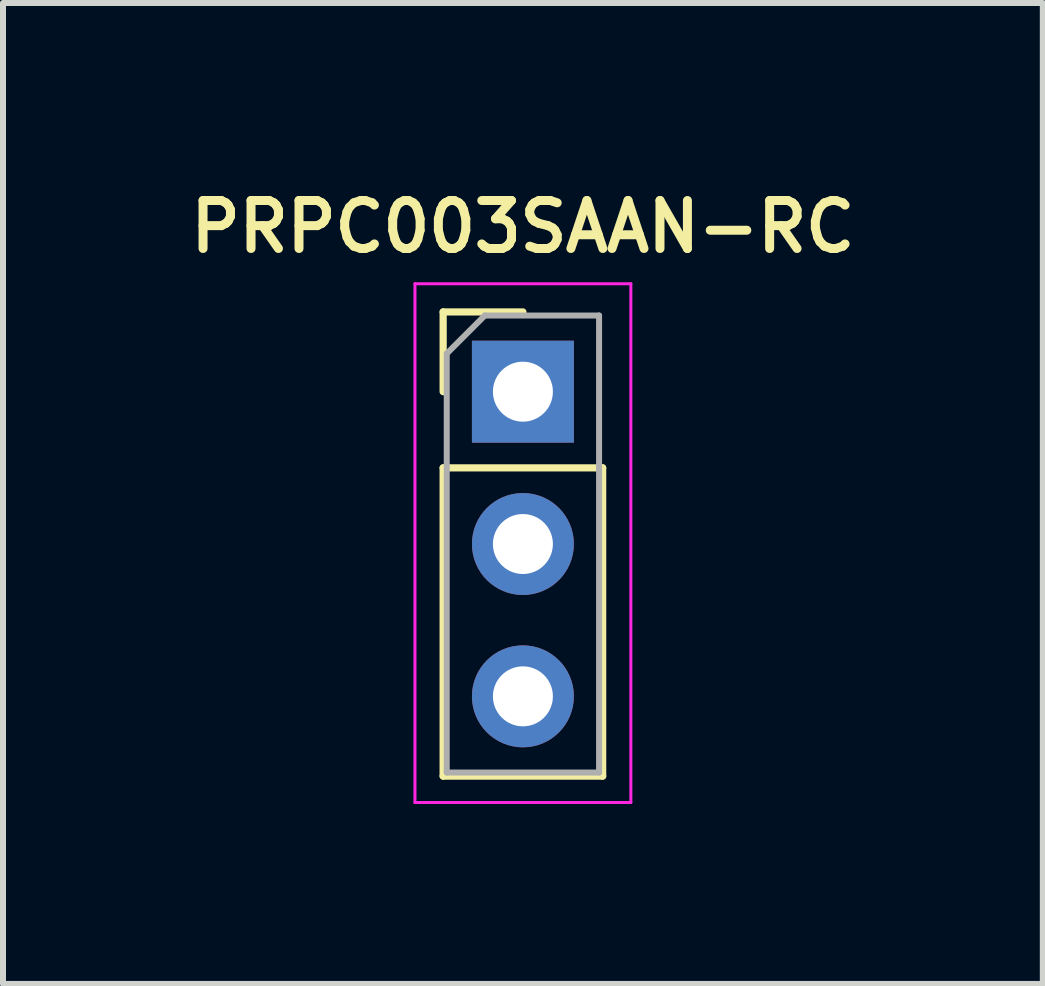
<source format=kicad_pcb>
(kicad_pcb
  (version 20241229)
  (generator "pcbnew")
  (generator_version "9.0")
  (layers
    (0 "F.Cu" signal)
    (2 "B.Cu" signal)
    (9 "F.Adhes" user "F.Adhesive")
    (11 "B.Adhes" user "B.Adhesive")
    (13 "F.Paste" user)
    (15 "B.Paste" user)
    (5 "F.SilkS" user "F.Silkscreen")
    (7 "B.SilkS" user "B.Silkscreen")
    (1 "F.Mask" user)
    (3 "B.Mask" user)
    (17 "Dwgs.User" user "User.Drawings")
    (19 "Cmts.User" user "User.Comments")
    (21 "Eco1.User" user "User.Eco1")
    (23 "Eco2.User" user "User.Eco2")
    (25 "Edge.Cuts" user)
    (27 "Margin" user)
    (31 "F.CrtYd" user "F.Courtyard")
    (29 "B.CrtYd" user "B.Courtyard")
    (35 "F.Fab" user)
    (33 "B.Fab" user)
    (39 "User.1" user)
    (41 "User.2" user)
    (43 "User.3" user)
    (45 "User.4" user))
  (footprint "PRPC003SAAN-RC"
    (layer "F.Cu")
    (at 5.669 3.481)
    (property "Reference" "PRPC003SAAN-RC" (at 0 -2.75 0) (layer "F.SilkS") (effects (font (size 0.8 0.8) (thickness 0.15))))
    (attr through_hole)
    (fp_line (start -1.33 -1.33) (end 0 -1.33) (stroke (width 0.12) (type solid)) (layer "F.SilkS"))
    (fp_line (start -1.33 0) (end -1.33 -1.33) (stroke (width 0.12) (type solid)) (layer "F.SilkS"))
    (fp_line (start -1.33 1.27) (end -1.33 6.41) (stroke (width 0.12) (type solid)) (layer "F.SilkS"))
    (fp_line (start -1.33 1.27) (end 1.33 1.27) (stroke (width 0.12) (type solid)) (layer "F.SilkS"))
    (fp_line (start -1.33 6.41) (end 1.33 6.41) (stroke (width 0.12) (type solid)) (layer "F.SilkS"))
    (fp_line (start 1.33 1.27) (end 1.33 6.41) (stroke (width 0.12) (type solid)) (layer "F.SilkS"))
    (fp_line (start -1.8 -1.8) (end -1.8 6.85) (stroke (width 0.05) (type solid)) (layer "F.CrtYd"))
    (fp_line (start -1.8 6.85) (end 1.8 6.85) (stroke (width 0.05) (type solid)) (layer "F.CrtYd"))
    (fp_line (start 1.8 -1.8) (end -1.8 -1.8) (stroke (width 0.05) (type solid)) (layer "F.CrtYd"))
    (fp_line (start 1.8 6.85) (end 1.8 -1.8) (stroke (width 0.05) (type solid)) (layer "F.CrtYd"))
    (fp_line (start -1.27 -0.635) (end -0.635 -1.27) (stroke (width 0.1) (type solid)) (layer "F.Fab"))
    (fp_line (start -1.27 6.35) (end -1.27 -0.635) (stroke (width 0.1) (type solid)) (layer "F.Fab"))
    (fp_line (start -0.635 -1.27) (end 1.27 -1.27) (stroke (width 0.1) (type solid)) (layer "F.Fab"))
    (fp_line (start 1.27 -1.27) (end 1.27 6.35) (stroke (width 0.1) (type solid)) (layer "F.Fab"))
    (fp_line (start 1.27 6.35) (end -1.27 6.35) (stroke (width 0.1) (type solid)) (layer "F.Fab"))
    (pad "1" thru_hole rect (at 0 0) (size 1.7 1.7) (drill 1) (layers "*.Cu" "*.Mask"))
    (pad "2" thru_hole oval (at 0 2.54) (size 1.7 1.7) (drill 1) (layers "*.Cu" "*.Mask"))
    (pad "3" thru_hole oval (at 0 5.08) (size 1.7 1.7) (drill 1) (layers "*.Cu" "*.Mask")))
  (gr_rect
    (start -3 -3)
    (end 14.338 13.356)
    (stroke (width 0.1) (type default))
    (fill no)
    (layer "Edge.Cuts")))
</source>
